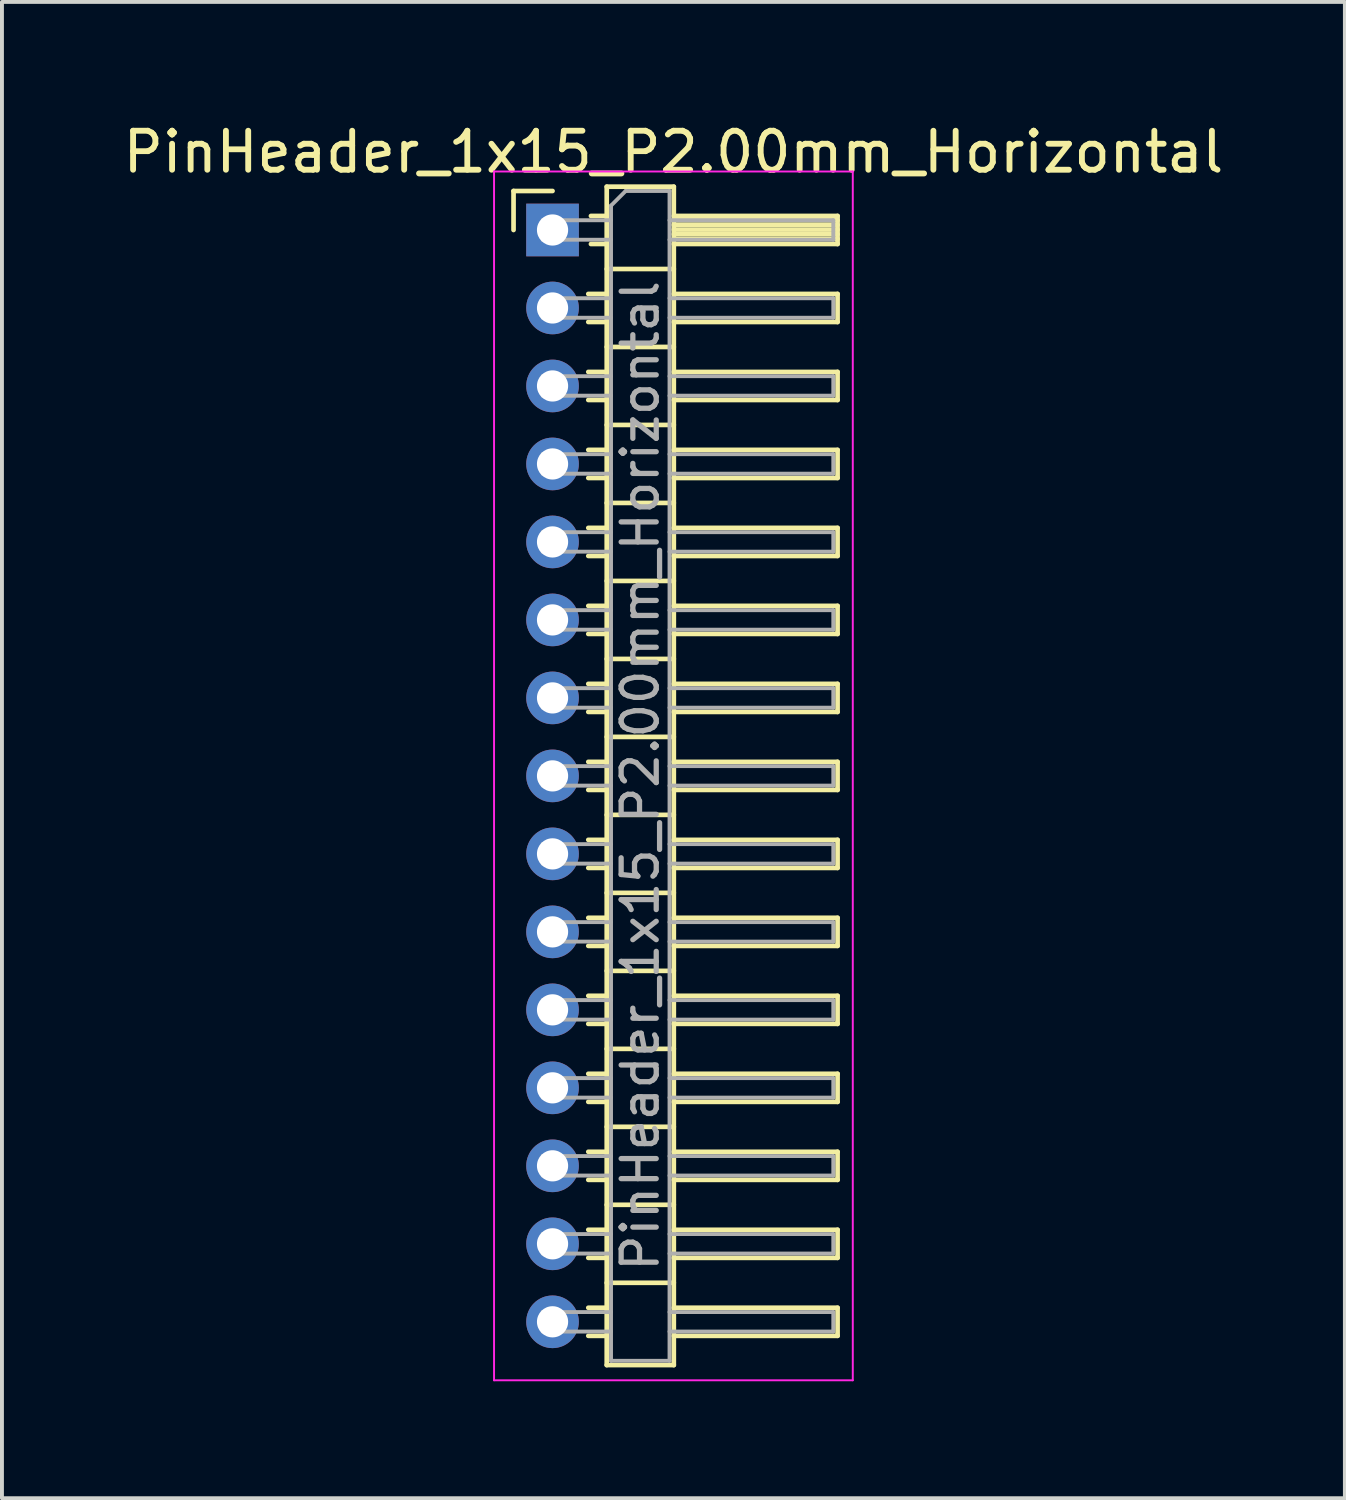
<source format=kicad_pcb>
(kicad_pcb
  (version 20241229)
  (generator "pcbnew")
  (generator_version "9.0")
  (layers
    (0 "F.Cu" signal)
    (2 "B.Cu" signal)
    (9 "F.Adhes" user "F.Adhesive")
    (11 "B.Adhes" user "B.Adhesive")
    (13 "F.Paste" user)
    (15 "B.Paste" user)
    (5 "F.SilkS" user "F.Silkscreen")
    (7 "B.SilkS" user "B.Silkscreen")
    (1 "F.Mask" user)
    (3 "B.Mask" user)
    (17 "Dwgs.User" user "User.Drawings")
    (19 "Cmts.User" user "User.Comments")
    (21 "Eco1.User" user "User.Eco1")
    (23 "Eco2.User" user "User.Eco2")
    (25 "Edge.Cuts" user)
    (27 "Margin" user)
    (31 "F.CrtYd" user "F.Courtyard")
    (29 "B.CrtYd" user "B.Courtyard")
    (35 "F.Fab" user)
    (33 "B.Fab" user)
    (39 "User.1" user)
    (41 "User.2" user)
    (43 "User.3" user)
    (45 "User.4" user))
  (footprint "PinHeader_1x15_P2.00mm_Horizontal"
    (layer "F.Cu")
    (at 11.12 2.848)
    (property "Reference" "PinHeader_1x15_P2.00mm_Horizontal" (at 3.1 -2 0) (layer "F.SilkS") (effects (font (size 1 1) (thickness 0.15))))
    (attr through_hole)
    (fp_line (start -1 -1) (end 0 -1) (stroke (width 0.12) (type solid)) (layer "F.SilkS"))
    (fp_line (start -1 0) (end -1 -1) (stroke (width 0.12) (type solid)) (layer "F.SilkS"))
    (fp_line (start 0.917 1.64) (end 1.39 1.64) (stroke (width 0.12) (type solid)) (layer "F.SilkS"))
    (fp_line (start 0.917 2.36) (end 1.39 2.36) (stroke (width 0.12) (type solid)) (layer "F.SilkS"))
    (fp_line (start 0.917 3.64) (end 1.39 3.64) (stroke (width 0.12) (type solid)) (layer "F.SilkS"))
    (fp_line (start 0.917 4.36) (end 1.39 4.36) (stroke (width 0.12) (type solid)) (layer "F.SilkS"))
    (fp_line (start 0.917 5.64) (end 1.39 5.64) (stroke (width 0.12) (type solid)) (layer "F.SilkS"))
    (fp_line (start 0.917 6.36) (end 1.39 6.36) (stroke (width 0.12) (type solid)) (layer "F.SilkS"))
    (fp_line (start 0.917 7.64) (end 1.39 7.64) (stroke (width 0.12) (type solid)) (layer "F.SilkS"))
    (fp_line (start 0.917 8.36) (end 1.39 8.36) (stroke (width 0.12) (type solid)) (layer "F.SilkS"))
    (fp_line (start 0.917 9.64) (end 1.39 9.64) (stroke (width 0.12) (type solid)) (layer "F.SilkS"))
    (fp_line (start 0.917 10.36) (end 1.39 10.36) (stroke (width 0.12) (type solid)) (layer "F.SilkS"))
    (fp_line (start 0.917 11.64) (end 1.39 11.64) (stroke (width 0.12) (type solid)) (layer "F.SilkS"))
    (fp_line (start 0.917 12.36) (end 1.39 12.36) (stroke (width 0.12) (type solid)) (layer "F.SilkS"))
    (fp_line (start 0.917 13.64) (end 1.39 13.64) (stroke (width 0.12) (type solid)) (layer "F.SilkS"))
    (fp_line (start 0.917 14.36) (end 1.39 14.36) (stroke (width 0.12) (type solid)) (layer "F.SilkS"))
    (fp_line (start 0.917 15.64) (end 1.39 15.64) (stroke (width 0.12) (type solid)) (layer "F.SilkS"))
    (fp_line (start 0.917 16.36) (end 1.39 16.36) (stroke (width 0.12) (type solid)) (layer "F.SilkS"))
    (fp_line (start 0.917 17.64) (end 1.39 17.64) (stroke (width 0.12) (type solid)) (layer "F.SilkS"))
    (fp_line (start 0.917 18.36) (end 1.39 18.36) (stroke (width 0.12) (type solid)) (layer "F.SilkS"))
    (fp_line (start 0.917 19.64) (end 1.39 19.64) (stroke (width 0.12) (type solid)) (layer "F.SilkS"))
    (fp_line (start 0.917 20.36) (end 1.39 20.36) (stroke (width 0.12) (type solid)) (layer "F.SilkS"))
    (fp_line (start 0.917 21.64) (end 1.39 21.64) (stroke (width 0.12) (type solid)) (layer "F.SilkS"))
    (fp_line (start 0.917 22.36) (end 1.39 22.36) (stroke (width 0.12) (type solid)) (layer "F.SilkS"))
    (fp_line (start 0.917 23.64) (end 1.39 23.64) (stroke (width 0.12) (type solid)) (layer "F.SilkS"))
    (fp_line (start 0.917 24.36) (end 1.39 24.36) (stroke (width 0.12) (type solid)) (layer "F.SilkS"))
    (fp_line (start 0.917 25.64) (end 1.39 25.64) (stroke (width 0.12) (type solid)) (layer "F.SilkS"))
    (fp_line (start 0.917 26.36) (end 1.39 26.36) (stroke (width 0.12) (type solid)) (layer "F.SilkS"))
    (fp_line (start 0.917 27.64) (end 1.39 27.64) (stroke (width 0.12) (type solid)) (layer "F.SilkS"))
    (fp_line (start 0.917 28.36) (end 1.39 28.36) (stroke (width 0.12) (type solid)) (layer "F.SilkS"))
    (fp_line (start 0.985 -0.36) (end 1.39 -0.36) (stroke (width 0.12) (type solid)) (layer "F.SilkS"))
    (fp_line (start 0.985 0.36) (end 1.39 0.36) (stroke (width 0.12) (type solid)) (layer "F.SilkS"))
    (fp_line (start 1.39 -1.11) (end 1.39 29.11) (stroke (width 0.12) (type solid)) (layer "F.SilkS"))
    (fp_line (start 1.39 1) (end 3.11 1) (stroke (width 0.12) (type solid)) (layer "F.SilkS"))
    (fp_line (start 1.39 3) (end 3.11 3) (stroke (width 0.12) (type solid)) (layer "F.SilkS"))
    (fp_line (start 1.39 5) (end 3.11 5) (stroke (width 0.12) (type solid)) (layer "F.SilkS"))
    (fp_line (start 1.39 7) (end 3.11 7) (stroke (width 0.12) (type solid)) (layer "F.SilkS"))
    (fp_line (start 1.39 9) (end 3.11 9) (stroke (width 0.12) (type solid)) (layer "F.SilkS"))
    (fp_line (start 1.39 11) (end 3.11 11) (stroke (width 0.12) (type solid)) (layer "F.SilkS"))
    (fp_line (start 1.39 13) (end 3.11 13) (stroke (width 0.12) (type solid)) (layer "F.SilkS"))
    (fp_line (start 1.39 15) (end 3.11 15) (stroke (width 0.12) (type solid)) (layer "F.SilkS"))
    (fp_line (start 1.39 17) (end 3.11 17) (stroke (width 0.12) (type solid)) (layer "F.SilkS"))
    (fp_line (start 1.39 19) (end 3.11 19) (stroke (width 0.12) (type solid)) (layer "F.SilkS"))
    (fp_line (start 1.39 21) (end 3.11 21) (stroke (width 0.12) (type solid)) (layer "F.SilkS"))
    (fp_line (start 1.39 23) (end 3.11 23) (stroke (width 0.12) (type solid)) (layer "F.SilkS"))
    (fp_line (start 1.39 25) (end 3.11 25) (stroke (width 0.12) (type solid)) (layer "F.SilkS"))
    (fp_line (start 1.39 27) (end 3.11 27) (stroke (width 0.12) (type solid)) (layer "F.SilkS"))
    (fp_line (start 1.39 29.11) (end 3.11 29.11) (stroke (width 0.12) (type solid)) (layer "F.SilkS"))
    (fp_line (start 3.11 -1.11) (end 1.39 -1.11) (stroke (width 0.12) (type solid)) (layer "F.SilkS"))
    (fp_line (start 3.11 -0.36) (end 7.31 -0.36) (stroke (width 0.12) (type solid)) (layer "F.SilkS"))
    (fp_line (start 3.11 -0.25) (end 7.31 -0.25) (stroke (width 0.12) (type solid)) (layer "F.SilkS"))
    (fp_line (start 3.11 -0.13) (end 7.31 -0.13) (stroke (width 0.12) (type solid)) (layer "F.SilkS"))
    (fp_line (start 3.11 -0.01) (end 7.31 -0.01) (stroke (width 0.12) (type solid)) (layer "F.SilkS"))
    (fp_line (start 3.11 0.11) (end 7.31 0.11) (stroke (width 0.12) (type solid)) (layer "F.SilkS"))
    (fp_line (start 3.11 0.23) (end 7.31 0.23) (stroke (width 0.12) (type solid)) (layer "F.SilkS"))
    (fp_line (start 3.11 1.64) (end 7.31 1.64) (stroke (width 0.12) (type solid)) (layer "F.SilkS"))
    (fp_line (start 3.11 3.64) (end 7.31 3.64) (stroke (width 0.12) (type solid)) (layer "F.SilkS"))
    (fp_line (start 3.11 5.64) (end 7.31 5.64) (stroke (width 0.12) (type solid)) (layer "F.SilkS"))
    (fp_line (start 3.11 7.64) (end 7.31 7.64) (stroke (width 0.12) (type solid)) (layer "F.SilkS"))
    (fp_line (start 3.11 9.64) (end 7.31 9.64) (stroke (width 0.12) (type solid)) (layer "F.SilkS"))
    (fp_line (start 3.11 11.64) (end 7.31 11.64) (stroke (width 0.12) (type solid)) (layer "F.SilkS"))
    (fp_line (start 3.11 13.64) (end 7.31 13.64) (stroke (width 0.12) (type solid)) (layer "F.SilkS"))
    (fp_line (start 3.11 15.64) (end 7.31 15.64) (stroke (width 0.12) (type solid)) (layer "F.SilkS"))
    (fp_line (start 3.11 17.64) (end 7.31 17.64) (stroke (width 0.12) (type solid)) (layer "F.SilkS"))
    (fp_line (start 3.11 19.64) (end 7.31 19.64) (stroke (width 0.12) (type solid)) (layer "F.SilkS"))
    (fp_line (start 3.11 21.64) (end 7.31 21.64) (stroke (width 0.12) (type solid)) (layer "F.SilkS"))
    (fp_line (start 3.11 23.64) (end 7.31 23.64) (stroke (width 0.12) (type solid)) (layer "F.SilkS"))
    (fp_line (start 3.11 25.64) (end 7.31 25.64) (stroke (width 0.12) (type solid)) (layer "F.SilkS"))
    (fp_line (start 3.11 27.64) (end 7.31 27.64) (stroke (width 0.12) (type solid)) (layer "F.SilkS"))
    (fp_line (start 3.11 29.11) (end 3.11 -1.11) (stroke (width 0.12) (type solid)) (layer "F.SilkS"))
    (fp_line (start 7.31 -0.36) (end 7.31 0.36) (stroke (width 0.12) (type solid)) (layer "F.SilkS"))
    (fp_line (start 7.31 0.36) (end 3.11 0.36) (stroke (width 0.12) (type solid)) (layer "F.SilkS"))
    (fp_line (start 7.31 1.64) (end 7.31 2.36) (stroke (width 0.12) (type solid)) (layer "F.SilkS"))
    (fp_line (start 7.31 2.36) (end 3.11 2.36) (stroke (width 0.12) (type solid)) (layer "F.SilkS"))
    (fp_line (start 7.31 3.64) (end 7.31 4.36) (stroke (width 0.12) (type solid)) (layer "F.SilkS"))
    (fp_line (start 7.31 4.36) (end 3.11 4.36) (stroke (width 0.12) (type solid)) (layer "F.SilkS"))
    (fp_line (start 7.31 5.64) (end 7.31 6.36) (stroke (width 0.12) (type solid)) (layer "F.SilkS"))
    (fp_line (start 7.31 6.36) (end 3.11 6.36) (stroke (width 0.12) (type solid)) (layer "F.SilkS"))
    (fp_line (start 7.31 7.64) (end 7.31 8.36) (stroke (width 0.12) (type solid)) (layer "F.SilkS"))
    (fp_line (start 7.31 8.36) (end 3.11 8.36) (stroke (width 0.12) (type solid)) (layer "F.SilkS"))
    (fp_line (start 7.31 9.64) (end 7.31 10.36) (stroke (width 0.12) (type solid)) (layer "F.SilkS"))
    (fp_line (start 7.31 10.36) (end 3.11 10.36) (stroke (width 0.12) (type solid)) (layer "F.SilkS"))
    (fp_line (start 7.31 11.64) (end 7.31 12.36) (stroke (width 0.12) (type solid)) (layer "F.SilkS"))
    (fp_line (start 7.31 12.36) (end 3.11 12.36) (stroke (width 0.12) (type solid)) (layer "F.SilkS"))
    (fp_line (start 7.31 13.64) (end 7.31 14.36) (stroke (width 0.12) (type solid)) (layer "F.SilkS"))
    (fp_line (start 7.31 14.36) (end 3.11 14.36) (stroke (width 0.12) (type solid)) (layer "F.SilkS"))
    (fp_line (start 7.31 15.64) (end 7.31 16.36) (stroke (width 0.12) (type solid)) (layer "F.SilkS"))
    (fp_line (start 7.31 16.36) (end 3.11 16.36) (stroke (width 0.12) (type solid)) (layer "F.SilkS"))
    (fp_line (start 7.31 17.64) (end 7.31 18.36) (stroke (width 0.12) (type solid)) (layer "F.SilkS"))
    (fp_line (start 7.31 18.36) (end 3.11 18.36) (stroke (width 0.12) (type solid)) (layer "F.SilkS"))
    (fp_line (start 7.31 19.64) (end 7.31 20.36) (stroke (width 0.12) (type solid)) (layer "F.SilkS"))
    (fp_line (start 7.31 20.36) (end 3.11 20.36) (stroke (width 0.12) (type solid)) (layer "F.SilkS"))
    (fp_line (start 7.31 21.64) (end 7.31 22.36) (stroke (width 0.12) (type solid)) (layer "F.SilkS"))
    (fp_line (start 7.31 22.36) (end 3.11 22.36) (stroke (width 0.12) (type solid)) (layer "F.SilkS"))
    (fp_line (start 7.31 23.64) (end 7.31 24.36) (stroke (width 0.12) (type solid)) (layer "F.SilkS"))
    (fp_line (start 7.31 24.36) (end 3.11 24.36) (stroke (width 0.12) (type solid)) (layer "F.SilkS"))
    (fp_line (start 7.31 25.64) (end 7.31 26.36) (stroke (width 0.12) (type solid)) (layer "F.SilkS"))
    (fp_line (start 7.31 26.36) (end 3.11 26.36) (stroke (width 0.12) (type solid)) (layer "F.SilkS"))
    (fp_line (start 7.31 27.64) (end 7.31 28.36) (stroke (width 0.12) (type solid)) (layer "F.SilkS"))
    (fp_line (start 7.31 28.36) (end 3.11 28.36) (stroke (width 0.12) (type solid)) (layer "F.SilkS"))
    (fp_line (start -1.5 -1.5) (end -1.5 29.5) (stroke (width 0.05) (type solid)) (layer "F.CrtYd"))
    (fp_line (start -1.5 29.5) (end 7.7 29.5) (stroke (width 0.05) (type solid)) (layer "F.CrtYd"))
    (fp_line (start 7.7 -1.5) (end -1.5 -1.5) (stroke (width 0.05) (type solid)) (layer "F.CrtYd"))
    (fp_line (start 7.7 29.5) (end 7.7 -1.5) (stroke (width 0.05) (type solid)) (layer "F.CrtYd"))
    (fp_line (start -0.25 -0.25) (end -0.25 0.25) (stroke (width 0.1) (type solid)) (layer "F.Fab"))
    (fp_line (start -0.25 -0.25) (end 1.5 -0.25) (stroke (width 0.1) (type solid)) (layer "F.Fab"))
    (fp_line (start -0.25 0.25) (end 1.5 0.25) (stroke (width 0.1) (type solid)) (layer "F.Fab"))
    (fp_line (start -0.25 1.75) (end -0.25 2.25) (stroke (width 0.1) (type solid)) (layer "F.Fab"))
    (fp_line (start -0.25 1.75) (end 1.5 1.75) (stroke (width 0.1) (type solid)) (layer "F.Fab"))
    (fp_line (start -0.25 2.25) (end 1.5 2.25) (stroke (width 0.1) (type solid)) (layer "F.Fab"))
    (fp_line (start -0.25 3.75) (end -0.25 4.25) (stroke (width 0.1) (type solid)) (layer "F.Fab"))
    (fp_line (start -0.25 3.75) (end 1.5 3.75) (stroke (width 0.1) (type solid)) (layer "F.Fab"))
    (fp_line (start -0.25 4.25) (end 1.5 4.25) (stroke (width 0.1) (type solid)) (layer "F.Fab"))
    (fp_line (start -0.25 5.75) (end -0.25 6.25) (stroke (width 0.1) (type solid)) (layer "F.Fab"))
    (fp_line (start -0.25 5.75) (end 1.5 5.75) (stroke (width 0.1) (type solid)) (layer "F.Fab"))
    (fp_line (start -0.25 6.25) (end 1.5 6.25) (stroke (width 0.1) (type solid)) (layer "F.Fab"))
    (fp_line (start -0.25 7.75) (end -0.25 8.25) (stroke (width 0.1) (type solid)) (layer "F.Fab"))
    (fp_line (start -0.25 7.75) (end 1.5 7.75) (stroke (width 0.1) (type solid)) (layer "F.Fab"))
    (fp_line (start -0.25 8.25) (end 1.5 8.25) (stroke (width 0.1) (type solid)) (layer "F.Fab"))
    (fp_line (start -0.25 9.75) (end -0.25 10.25) (stroke (width 0.1) (type solid)) (layer "F.Fab"))
    (fp_line (start -0.25 9.75) (end 1.5 9.75) (stroke (width 0.1) (type solid)) (layer "F.Fab"))
    (fp_line (start -0.25 10.25) (end 1.5 10.25) (stroke (width 0.1) (type solid)) (layer "F.Fab"))
    (fp_line (start -0.25 11.75) (end -0.25 12.25) (stroke (width 0.1) (type solid)) (layer "F.Fab"))
    (fp_line (start -0.25 11.75) (end 1.5 11.75) (stroke (width 0.1) (type solid)) (layer "F.Fab"))
    (fp_line (start -0.25 12.25) (end 1.5 12.25) (stroke (width 0.1) (type solid)) (layer "F.Fab"))
    (fp_line (start -0.25 13.75) (end -0.25 14.25) (stroke (width 0.1) (type solid)) (layer "F.Fab"))
    (fp_line (start -0.25 13.75) (end 1.5 13.75) (stroke (width 0.1) (type solid)) (layer "F.Fab"))
    (fp_line (start -0.25 14.25) (end 1.5 14.25) (stroke (width 0.1) (type solid)) (layer "F.Fab"))
    (fp_line (start -0.25 15.75) (end -0.25 16.25) (stroke (width 0.1) (type solid)) (layer "F.Fab"))
    (fp_line (start -0.25 15.75) (end 1.5 15.75) (stroke (width 0.1) (type solid)) (layer "F.Fab"))
    (fp_line (start -0.25 16.25) (end 1.5 16.25) (stroke (width 0.1) (type solid)) (layer "F.Fab"))
    (fp_line (start -0.25 17.75) (end -0.25 18.25) (stroke (width 0.1) (type solid)) (layer "F.Fab"))
    (fp_line (start -0.25 17.75) (end 1.5 17.75) (stroke (width 0.1) (type solid)) (layer "F.Fab"))
    (fp_line (start -0.25 18.25) (end 1.5 18.25) (stroke (width 0.1) (type solid)) (layer "F.Fab"))
    (fp_line (start -0.25 19.75) (end -0.25 20.25) (stroke (width 0.1) (type solid)) (layer "F.Fab"))
    (fp_line (start -0.25 19.75) (end 1.5 19.75) (stroke (width 0.1) (type solid)) (layer "F.Fab"))
    (fp_line (start -0.25 20.25) (end 1.5 20.25) (stroke (width 0.1) (type solid)) (layer "F.Fab"))
    (fp_line (start -0.25 21.75) (end -0.25 22.25) (stroke (width 0.1) (type solid)) (layer "F.Fab"))
    (fp_line (start -0.25 21.75) (end 1.5 21.75) (stroke (width 0.1) (type solid)) (layer "F.Fab"))
    (fp_line (start -0.25 22.25) (end 1.5 22.25) (stroke (width 0.1) (type solid)) (layer "F.Fab"))
    (fp_line (start -0.25 23.75) (end -0.25 24.25) (stroke (width 0.1) (type solid)) (layer "F.Fab"))
    (fp_line (start -0.25 23.75) (end 1.5 23.75) (stroke (width 0.1) (type solid)) (layer "F.Fab"))
    (fp_line (start -0.25 24.25) (end 1.5 24.25) (stroke (width 0.1) (type solid)) (layer "F.Fab"))
    (fp_line (start -0.25 25.75) (end -0.25 26.25) (stroke (width 0.1) (type solid)) (layer "F.Fab"))
    (fp_line (start -0.25 25.75) (end 1.5 25.75) (stroke (width 0.1) (type solid)) (layer "F.Fab"))
    (fp_line (start -0.25 26.25) (end 1.5 26.25) (stroke (width 0.1) (type solid)) (layer "F.Fab"))
    (fp_line (start -0.25 27.75) (end -0.25 28.25) (stroke (width 0.1) (type solid)) (layer "F.Fab"))
    (fp_line (start -0.25 27.75) (end 1.5 27.75) (stroke (width 0.1) (type solid)) (layer "F.Fab"))
    (fp_line (start -0.25 28.25) (end 1.5 28.25) (stroke (width 0.1) (type solid)) (layer "F.Fab"))
    (fp_line (start 1.5 -0.625) (end 1.875 -1) (stroke (width 0.1) (type solid)) (layer "F.Fab"))
    (fp_line (start 1.5 29) (end 1.5 -0.625) (stroke (width 0.1) (type solid)) (layer "F.Fab"))
    (fp_line (start 1.875 -1) (end 3 -1) (stroke (width 0.1) (type solid)) (layer "F.Fab"))
    (fp_line (start 3 -1) (end 3 29) (stroke (width 0.1) (type solid)) (layer "F.Fab"))
    (fp_line (start 3 -0.25) (end 7.2 -0.25) (stroke (width 0.1) (type solid)) (layer "F.Fab"))
    (fp_line (start 3 0.25) (end 7.2 0.25) (stroke (width 0.1) (type solid)) (layer "F.Fab"))
    (fp_line (start 3 1.75) (end 7.2 1.75) (stroke (width 0.1) (type solid)) (layer "F.Fab"))
    (fp_line (start 3 2.25) (end 7.2 2.25) (stroke (width 0.1) (type solid)) (layer "F.Fab"))
    (fp_line (start 3 3.75) (end 7.2 3.75) (stroke (width 0.1) (type solid)) (layer "F.Fab"))
    (fp_line (start 3 4.25) (end 7.2 4.25) (stroke (width 0.1) (type solid)) (layer "F.Fab"))
    (fp_line (start 3 5.75) (end 7.2 5.75) (stroke (width 0.1) (type solid)) (layer "F.Fab"))
    (fp_line (start 3 6.25) (end 7.2 6.25) (stroke (width 0.1) (type solid)) (layer "F.Fab"))
    (fp_line (start 3 7.75) (end 7.2 7.75) (stroke (width 0.1) (type solid)) (layer "F.Fab"))
    (fp_line (start 3 8.25) (end 7.2 8.25) (stroke (width 0.1) (type solid)) (layer "F.Fab"))
    (fp_line (start 3 9.75) (end 7.2 9.75) (stroke (width 0.1) (type solid)) (layer "F.Fab"))
    (fp_line (start 3 10.25) (end 7.2 10.25) (stroke (width 0.1) (type solid)) (layer "F.Fab"))
    (fp_line (start 3 11.75) (end 7.2 11.75) (stroke (width 0.1) (type solid)) (layer "F.Fab"))
    (fp_line (start 3 12.25) (end 7.2 12.25) (stroke (width 0.1) (type solid)) (layer "F.Fab"))
    (fp_line (start 3 13.75) (end 7.2 13.75) (stroke (width 0.1) (type solid)) (layer "F.Fab"))
    (fp_line (start 3 14.25) (end 7.2 14.25) (stroke (width 0.1) (type solid)) (layer "F.Fab"))
    (fp_line (start 3 15.75) (end 7.2 15.75) (stroke (width 0.1) (type solid)) (layer "F.Fab"))
    (fp_line (start 3 16.25) (end 7.2 16.25) (stroke (width 0.1) (type solid)) (layer "F.Fab"))
    (fp_line (start 3 17.75) (end 7.2 17.75) (stroke (width 0.1) (type solid)) (layer "F.Fab"))
    (fp_line (start 3 18.25) (end 7.2 18.25) (stroke (width 0.1) (type solid)) (layer "F.Fab"))
    (fp_line (start 3 19.75) (end 7.2 19.75) (stroke (width 0.1) (type solid)) (layer "F.Fab"))
    (fp_line (start 3 20.25) (end 7.2 20.25) (stroke (width 0.1) (type solid)) (layer "F.Fab"))
    (fp_line (start 3 21.75) (end 7.2 21.75) (stroke (width 0.1) (type solid)) (layer "F.Fab"))
    (fp_line (start 3 22.25) (end 7.2 22.25) (stroke (width 0.1) (type solid)) (layer "F.Fab"))
    (fp_line (start 3 23.75) (end 7.2 23.75) (stroke (width 0.1) (type solid)) (layer "F.Fab"))
    (fp_line (start 3 24.25) (end 7.2 24.25) (stroke (width 0.1) (type solid)) (layer "F.Fab"))
    (fp_line (start 3 25.75) (end 7.2 25.75) (stroke (width 0.1) (type solid)) (layer "F.Fab"))
    (fp_line (start 3 26.25) (end 7.2 26.25) (stroke (width 0.1) (type solid)) (layer "F.Fab"))
    (fp_line (start 3 27.75) (end 7.2 27.75) (stroke (width 0.1) (type solid)) (layer "F.Fab"))
    (fp_line (start 3 28.25) (end 7.2 28.25) (stroke (width 0.1) (type solid)) (layer "F.Fab"))
    (fp_line (start 3 29) (end 1.5 29) (stroke (width 0.1) (type solid)) (layer "F.Fab"))
    (fp_line (start 7.2 -0.25) (end 7.2 0.25) (stroke (width 0.1) (type solid)) (layer "F.Fab"))
    (fp_line (start 7.2 1.75) (end 7.2 2.25) (stroke (width 0.1) (type solid)) (layer "F.Fab"))
    (fp_line (start 7.2 3.75) (end 7.2 4.25) (stroke (width 0.1) (type solid)) (layer "F.Fab"))
    (fp_line (start 7.2 5.75) (end 7.2 6.25) (stroke (width 0.1) (type solid)) (layer "F.Fab"))
    (fp_line (start 7.2 7.75) (end 7.2 8.25) (stroke (width 0.1) (type solid)) (layer "F.Fab"))
    (fp_line (start 7.2 9.75) (end 7.2 10.25) (stroke (width 0.1) (type solid)) (layer "F.Fab"))
    (fp_line (start 7.2 11.75) (end 7.2 12.25) (stroke (width 0.1) (type solid)) (layer "F.Fab"))
    (fp_line (start 7.2 13.75) (end 7.2 14.25) (stroke (width 0.1) (type solid)) (layer "F.Fab"))
    (fp_line (start 7.2 15.75) (end 7.2 16.25) (stroke (width 0.1) (type solid)) (layer "F.Fab"))
    (fp_line (start 7.2 17.75) (end 7.2 18.25) (stroke (width 0.1) (type solid)) (layer "F.Fab"))
    (fp_line (start 7.2 19.75) (end 7.2 20.25) (stroke (width 0.1) (type solid)) (layer "F.Fab"))
    (fp_line (start 7.2 21.75) (end 7.2 22.25) (stroke (width 0.1) (type solid)) (layer "F.Fab"))
    (fp_line (start 7.2 23.75) (end 7.2 24.25) (stroke (width 0.1) (type solid)) (layer "F.Fab"))
    (fp_line (start 7.2 25.75) (end 7.2 26.25) (stroke (width 0.1) (type solid)) (layer "F.Fab"))
    (fp_line (start 7.2 27.75) (end 7.2 28.25) (stroke (width 0.1) (type solid)) (layer "F.Fab"))
    (fp_text user "${REFERENCE}" (at 2.25 14 90) (layer "F.Fab") (effects (font (size 0.9 0.9) (thickness 0.135))))
    (pad "1" thru_hole rect (at 0 0) (size 1.35 1.35) (drill 0.8) (layers "*.Cu" "*.Mask"))
    (pad "2" thru_hole circle (at 0 2) (size 1.35 1.35) (drill 0.8) (layers "*.Cu" "*.Mask"))
    (pad "3" thru_hole circle (at 0 4) (size 1.35 1.35) (drill 0.8) (layers "*.Cu" "*.Mask"))
    (pad "4" thru_hole circle (at 0 6) (size 1.35 1.35) (drill 0.8) (layers "*.Cu" "*.Mask"))
    (pad "5" thru_hole circle (at 0 8) (size 1.35 1.35) (drill 0.8) (layers "*.Cu" "*.Mask"))
    (pad "6" thru_hole circle (at 0 10) (size 1.35 1.35) (drill 0.8) (layers "*.Cu" "*.Mask"))
    (pad "7" thru_hole circle (at 0 12) (size 1.35 1.35) (drill 0.8) (layers "*.Cu" "*.Mask"))
    (pad "8" thru_hole circle (at 0 14) (size 1.35 1.35) (drill 0.8) (layers "*.Cu" "*.Mask"))
    (pad "9" thru_hole circle (at 0 16) (size 1.35 1.35) (drill 0.8) (layers "*.Cu" "*.Mask"))
    (pad "10" thru_hole circle (at 0 18) (size 1.35 1.35) (drill 0.8) (layers "*.Cu" "*.Mask"))
    (pad "11" thru_hole circle (at 0 20) (size 1.35 1.35) (drill 0.8) (layers "*.Cu" "*.Mask"))
    (pad "12" thru_hole circle (at 0 22) (size 1.35 1.35) (drill 0.8) (layers "*.Cu" "*.Mask"))
    (pad "13" thru_hole circle (at 0 24) (size 1.35 1.35) (drill 0.8) (layers "*.Cu" "*.Mask"))
    (pad "14" thru_hole circle (at 0 26) (size 1.35 1.35) (drill 0.8) (layers "*.Cu" "*.Mask"))
    (pad "15" thru_hole circle (at 0 28) (size 1.35 1.35) (drill 0.8) (layers "*.Cu" "*.Mask")))
  (gr_rect
    (start -3 -3)
    (end 31.44 35.373)
    (stroke (width 0.1) (type default))
    (fill no)
    (layer "Edge.Cuts")))
</source>
